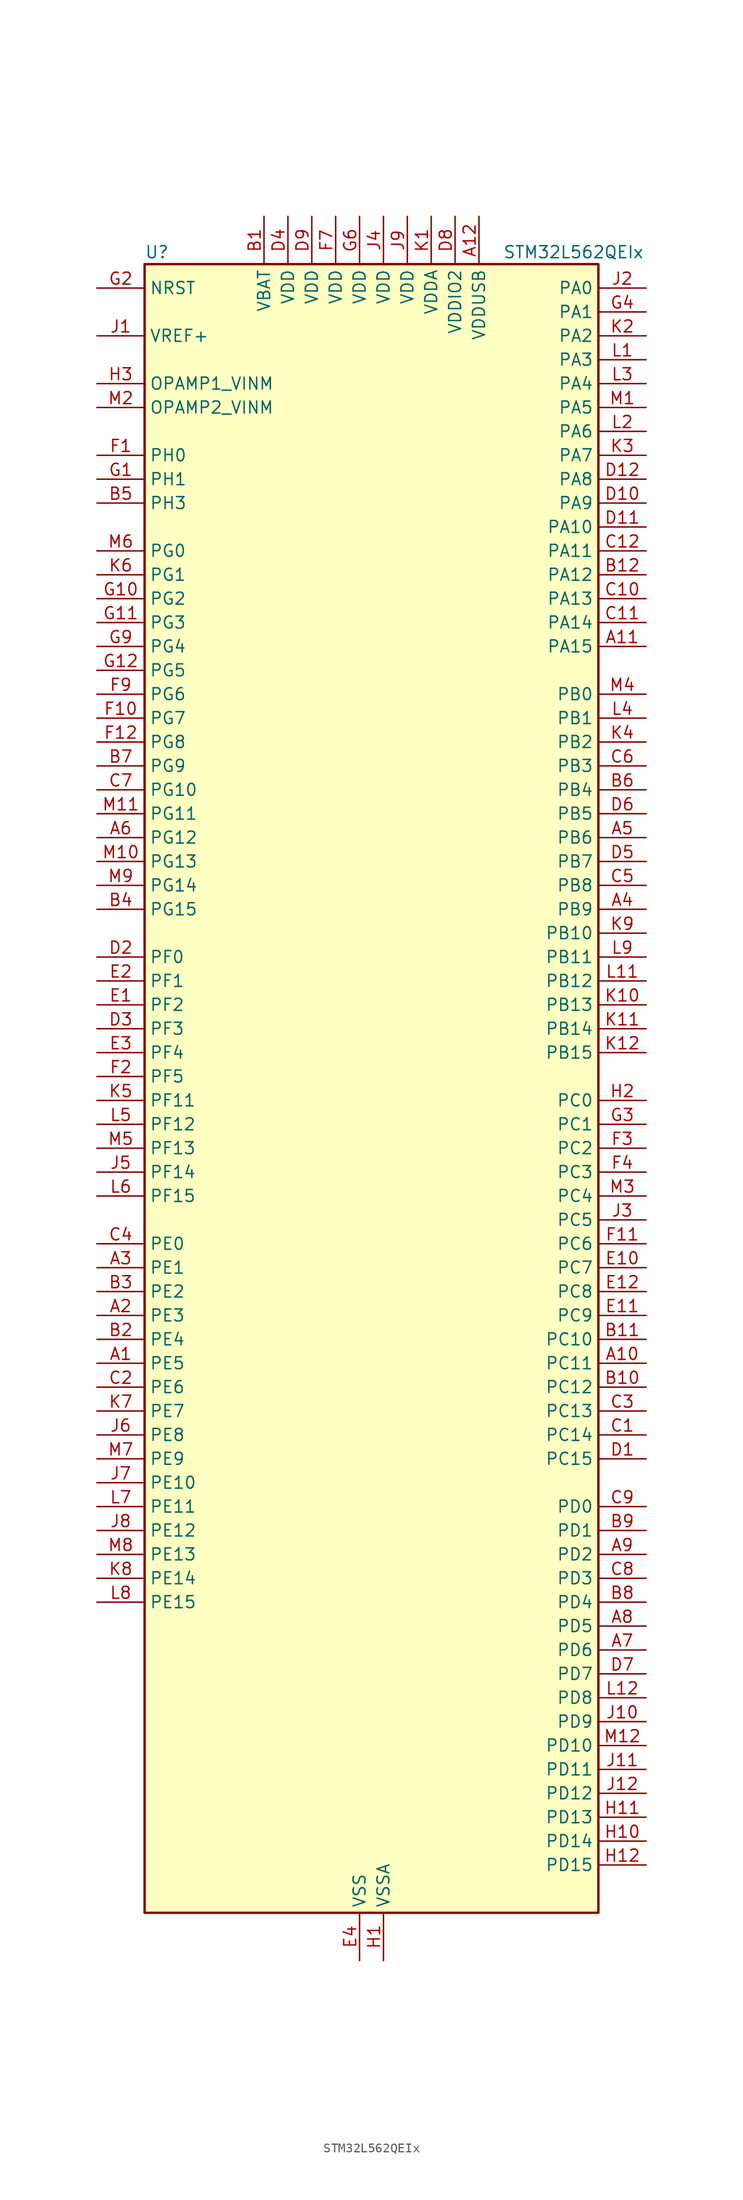
<source format=kicad_sym>
(kicad_symbol_lib
  (version 20220914)
  (generator kicad_symbol_editor)
  (symbol "STM32L562QEIx"
    (property "Reference" "U"
      (at -22.86 90.17 0)
      (effects (font (size 1.27 1.27)) (justify left)))
    (property "Value" "STM32L562QEIx"
      (at 15.24 90.17 0)
      (effects (font (size 1.27 1.27)) (justify left)))
    (property "ki_locked" ""
      (at 0 0 0)
      (effects (font (size 1.27 1.27))))
    (symbol "STM32L562QEIx_0_1"
      (rectangle (start -22.86 -86.36) (end 25.4 88.9) (stroke (width 0.254) (type default)) (fill (type background))))
    (symbol "STM32L562QEIx_1_1"
      (pin bidirectional line (at -27.94 -27.94 0) (length 5.08) (name "PE5" (effects (font (size 1.27 1.27)))) (number "A1" (effects (font (size 1.27 1.27)))) (alternate "DEBUG_TRACED2" bidirectional line) (alternate "DFSDM1_CKIN3" bidirectional line) (alternate "FMC_A21" bidirectional line) (alternate "SAI1_CK2" bidirectional line) (alternate "SAI1_SCK_A" bidirectional line) (alternate "TIM3_CH3" bidirectional line) (alternate "TSC_G7_IO4" bidirectional line))
      (pin bidirectional line (at 30.48 -27.94 180) (length 5.08) (name "PC11" (effects (font (size 1.27 1.27)))) (number "A10" (effects (font (size 1.27 1.27)))) (alternate "ADC1_EXTI11" bidirectional line) (alternate "ADC2_EXTI11" bidirectional line) (alternate "LPTIM3_IN1" bidirectional line) (alternate "OCTOSPI1_NCS" bidirectional line) (alternate "SAI2_MCLK_B" bidirectional line) (alternate "SDMMC1_D3" bidirectional line) (alternate "SPI3_MISO" bidirectional line) (alternate "TSC_G3_IO3" bidirectional line) (alternate "UART4_RX" bidirectional line) (alternate "UCPD1_FRSTX2" bidirectional line) (alternate "USART3_RX" bidirectional line))
      (pin bidirectional line (at 30.48 48.26 180) (length 5.08) (name "PA15" (effects (font (size 1.27 1.27)))) (number "A11" (effects (font (size 1.27 1.27)))) (alternate "ADC1_EXTI15" bidirectional line) (alternate "ADC2_EXTI15" bidirectional line) (alternate "DEBUG_JTDI" bidirectional line) (alternate "SAI2_FS_B" bidirectional line) (alternate "SPI1_NSS" bidirectional line) (alternate "SPI3_NSS" bidirectional line) (alternate "TIM2_CH1" bidirectional line) (alternate "TIM2_ETR" bidirectional line) (alternate "UART4_DE" bidirectional line) (alternate "UART4_RTS" bidirectional line) (alternate "UCPD1_CC1" bidirectional line) (alternate "USART2_RX" bidirectional line) (alternate "USART3_DE" bidirectional line) (alternate "USART3_RTS" bidirectional line))
      (pin power_in line (at 12.7 93.98 270) (length 5.08) (name "VDDUSB" (effects (font (size 1.27 1.27)))) (number "A12" (effects (font (size 1.27 1.27)))))
      (pin bidirectional line (at -27.94 -22.86 0) (length 5.08) (name "PE3" (effects (font (size 1.27 1.27)))) (number "A2" (effects (font (size 1.27 1.27)))) (alternate "DEBUG_TRACED0" bidirectional line) (alternate "FMC_A19" bidirectional line) (alternate "OCTOSPI1_DQS" bidirectional line) (alternate "SAI1_SD_B" bidirectional line) (alternate "TIM3_CH1" bidirectional line) (alternate "TSC_G7_IO2" bidirectional line))
      (pin bidirectional line (at -27.94 -17.78 0) (length 5.08) (name "PE1" (effects (font (size 1.27 1.27)))) (number "A3" (effects (font (size 1.27 1.27)))) (alternate "FMC_NBL1" bidirectional line) (alternate "TIM17_CH1" bidirectional line))
      (pin bidirectional line (at 30.48 20.32 180) (length 5.08) (name "PB9" (effects (font (size 1.27 1.27)))) (number "A4" (effects (font (size 1.27 1.27)))) (alternate "DAC1_EXTI9" bidirectional line) (alternate "FDCAN1_TX" bidirectional line) (alternate "I2C1_SDA" bidirectional line) (alternate "IR_OUT" bidirectional line) (alternate "SAI1_D2" bidirectional line) (alternate "SAI1_FS_A" bidirectional line) (alternate "SDMMC1_CDIR" bidirectional line) (alternate "SDMMC1_D5" bidirectional line) (alternate "SPI2_NSS" bidirectional line) (alternate "TIM17_CH1" bidirectional line) (alternate "TIM4_CH4" bidirectional line))
      (pin bidirectional line (at 30.48 27.94 180) (length 5.08) (name "PB6" (effects (font (size 1.27 1.27)))) (number "A5" (effects (font (size 1.27 1.27)))) (alternate "COMP2_INP" bidirectional line) (alternate "I2C1_SCL" bidirectional line) (alternate "I2C4_SCL" bidirectional line) (alternate "LPTIM1_ETR" bidirectional line) (alternate "SAI1_FS_B" bidirectional line) (alternate "TIM16_CH1N" bidirectional line) (alternate "TIM4_CH1" bidirectional line) (alternate "TIM8_BKIN2" bidirectional line) (alternate "TSC_G2_IO3" bidirectional line) (alternate "USART1_TX" bidirectional line))
      (pin bidirectional line (at -27.94 27.94 0) (length 5.08) (name "PG12" (effects (font (size 1.27 1.27)))) (number "A6" (effects (font (size 1.27 1.27)))) (alternate "FMC_NE4" bidirectional line) (alternate "LPTIM1_ETR" bidirectional line) (alternate "SAI2_SD_A" bidirectional line) (alternate "SPI3_NSS" bidirectional line) (alternate "USART1_DE" bidirectional line) (alternate "USART1_RTS" bidirectional line))
      (pin bidirectional line (at 30.48 -58.42 180) (length 5.08) (name "PD6" (effects (font (size 1.27 1.27)))) (number "A7" (effects (font (size 1.27 1.27)))) (alternate "DFSDM1_DATIN1" bidirectional line) (alternate "FMC_NWAIT" bidirectional line) (alternate "OCTOSPI1_IO6" bidirectional line) (alternate "SAI1_D1" bidirectional line) (alternate "SAI1_SD_A" bidirectional line) (alternate "SPI3_MOSI" bidirectional line) (alternate "USART2_RX" bidirectional line))
      (pin bidirectional line (at 30.48 -55.88 180) (length 5.08) (name "PD5" (effects (font (size 1.27 1.27)))) (number "A8" (effects (font (size 1.27 1.27)))) (alternate "FMC_NWE" bidirectional line) (alternate "OCTOSPI1_IO5" bidirectional line) (alternate "USART2_TX" bidirectional line))
      (pin bidirectional line (at 30.48 -48.26 180) (length 5.08) (name "PD2" (effects (font (size 1.27 1.27)))) (number "A9" (effects (font (size 1.27 1.27)))) (alternate "DEBUG_TRACED2" bidirectional line) (alternate "SDMMC1_CMD" bidirectional line) (alternate "TIM3_ETR" bidirectional line) (alternate "TSC_SYNC" bidirectional line) (alternate "UART5_RX" bidirectional line) (alternate "USART3_DE" bidirectional line) (alternate "USART3_RTS" bidirectional line))
      (pin power_in line (at -10.16 93.98 270) (length 5.08) (name "VBAT" (effects (font (size 1.27 1.27)))) (number "B1" (effects (font (size 1.27 1.27)))))
      (pin bidirectional line (at 30.48 -30.48 180) (length 5.08) (name "PC12" (effects (font (size 1.27 1.27)))) (number "B10" (effects (font (size 1.27 1.27)))) (alternate "DEBUG_TRACED3" bidirectional line) (alternate "SAI2_SD_B" bidirectional line) (alternate "SDMMC1_CK" bidirectional line) (alternate "SPI3_MOSI" bidirectional line) (alternate "TSC_G3_IO4" bidirectional line) (alternate "UART5_TX" bidirectional line) (alternate "USART3_CK" bidirectional line))
      (pin bidirectional line (at 30.48 -25.4 180) (length 5.08) (name "PC10" (effects (font (size 1.27 1.27)))) (number "B11" (effects (font (size 1.27 1.27)))) (alternate "DEBUG_TRACED1" bidirectional line) (alternate "LPTIM3_ETR" bidirectional line) (alternate "SAI2_SCK_B" bidirectional line) (alternate "SDMMC1_D2" bidirectional line) (alternate "SPI3_SCK" bidirectional line) (alternate "TSC_G3_IO2" bidirectional line) (alternate "UART4_TX" bidirectional line) (alternate "USART3_TX" bidirectional line))
      (pin bidirectional line (at 30.48 55.88 180) (length 5.08) (name "PA12" (effects (font (size 1.27 1.27)))) (number "B12" (effects (font (size 1.27 1.27)))) (alternate "FDCAN1_TX" bidirectional line) (alternate "SPI1_MOSI" bidirectional line) (alternate "TIM1_ETR" bidirectional line) (alternate "USART1_DE" bidirectional line) (alternate "USART1_RTS" bidirectional line) (alternate "USB_DP" bidirectional line))
      (pin bidirectional line (at -27.94 -25.4 0) (length 5.08) (name "PE4" (effects (font (size 1.27 1.27)))) (number "B2" (effects (font (size 1.27 1.27)))) (alternate "DEBUG_TRACED1" bidirectional line) (alternate "DFSDM1_DATIN3" bidirectional line) (alternate "FMC_A20" bidirectional line) (alternate "SAI1_D2" bidirectional line) (alternate "SAI1_FS_A" bidirectional line) (alternate "TIM3_CH2" bidirectional line) (alternate "TSC_G7_IO3" bidirectional line))
      (pin bidirectional line (at -27.94 -20.32 0) (length 5.08) (name "PE2" (effects (font (size 1.27 1.27)))) (number "B3" (effects (font (size 1.27 1.27)))) (alternate "DEBUG_TRACECLK" bidirectional line) (alternate "FMC_A23" bidirectional line) (alternate "SAI1_CK1" bidirectional line) (alternate "SAI1_MCLK_A" bidirectional line) (alternate "TIM3_ETR" bidirectional line) (alternate "TSC_G7_IO1" bidirectional line))
      (pin bidirectional line (at -27.94 20.32 0) (length 5.08) (name "PG15" (effects (font (size 1.27 1.27)))) (number "B4" (effects (font (size 1.27 1.27)))) (alternate "ADC1_EXTI15" bidirectional line) (alternate "ADC2_EXTI15" bidirectional line) (alternate "I2C1_SMBA" bidirectional line) (alternate "LPTIM1_OUT" bidirectional line))
      (pin bidirectional line (at -27.94 63.5 0) (length 5.08) (name "PH3" (effects (font (size 1.27 1.27)))) (number "B5" (effects (font (size 1.27 1.27)))))
      (pin bidirectional line (at 30.48 33.02 180) (length 5.08) (name "PB4" (effects (font (size 1.27 1.27)))) (number "B6" (effects (font (size 1.27 1.27)))) (alternate "COMP2_INP" bidirectional line) (alternate "DEBUG_JTRST" bidirectional line) (alternate "I2C3_SDA" bidirectional line) (alternate "SAI1_MCLK_B" bidirectional line) (alternate "SPI1_MISO" bidirectional line) (alternate "SPI3_MISO" bidirectional line) (alternate "TIM17_BKIN" bidirectional line) (alternate "TIM3_CH1" bidirectional line) (alternate "TSC_G2_IO1" bidirectional line) (alternate "UART5_DE" bidirectional line) (alternate "UART5_RTS" bidirectional line) (alternate "USART1_CTS" bidirectional line) (alternate "USART1_NSS" bidirectional line))
      (pin bidirectional line (at -27.94 35.56 0) (length 5.08) (name "PG9" (effects (font (size 1.27 1.27)))) (number "B7" (effects (font (size 1.27 1.27)))) (alternate "DAC1_EXTI9" bidirectional line) (alternate "FMC_NCE" bidirectional line) (alternate "FMC_NE2" bidirectional line) (alternate "SAI2_SCK_A" bidirectional line) (alternate "SPI3_SCK" bidirectional line) (alternate "TIM15_CH1N" bidirectional line) (alternate "USART1_TX" bidirectional line))
      (pin bidirectional line (at 30.48 -53.34 180) (length 5.08) (name "PD4" (effects (font (size 1.27 1.27)))) (number "B8" (effects (font (size 1.27 1.27)))) (alternate "DFSDM1_CKIN0" bidirectional line) (alternate "FMC_NOE" bidirectional line) (alternate "OCTOSPI1_IO4" bidirectional line) (alternate "SPI2_MOSI" bidirectional line) (alternate "USART2_DE" bidirectional line) (alternate "USART2_RTS" bidirectional line))
      (pin bidirectional line (at 30.48 -45.72 180) (length 5.08) (name "PD1" (effects (font (size 1.27 1.27)))) (number "B9" (effects (font (size 1.27 1.27)))) (alternate "FDCAN1_TX" bidirectional line) (alternate "FMC_D3" bidirectional line) (alternate "FMC_DA3" bidirectional line) (alternate "SPI2_SCK" bidirectional line))
      (pin bidirectional line (at 30.48 -35.56 180) (length 5.08) (name "PC14" (effects (font (size 1.27 1.27)))) (number "C1" (effects (font (size 1.27 1.27)))) (alternate "RCC_OSC32_IN" bidirectional line))
      (pin bidirectional line (at 30.48 53.34 180) (length 5.08) (name "PA13" (effects (font (size 1.27 1.27)))) (number "C10" (effects (font (size 1.27 1.27)))) (alternate "DEBUG_JTMS-SWDIO" bidirectional line) (alternate "IR_OUT" bidirectional line) (alternate "SAI1_SD_B" bidirectional line) (alternate "USB_NOE" bidirectional line))
      (pin bidirectional line (at 30.48 50.8 180) (length 5.08) (name "PA14" (effects (font (size 1.27 1.27)))) (number "C11" (effects (font (size 1.27 1.27)))) (alternate "DEBUG_JTCK-SWCLK" bidirectional line) (alternate "I2C1_SMBA" bidirectional line) (alternate "I2C4_SMBA" bidirectional line) (alternate "LPTIM1_OUT" bidirectional line) (alternate "SAI1_FS_B" bidirectional line))
      (pin bidirectional line (at 30.48 58.42 180) (length 5.08) (name "PA11" (effects (font (size 1.27 1.27)))) (number "C12" (effects (font (size 1.27 1.27)))) (alternate "ADC1_EXTI11" bidirectional line) (alternate "ADC2_EXTI11" bidirectional line) (alternate "FDCAN1_RX" bidirectional line) (alternate "SPI1_MISO" bidirectional line) (alternate "TIM1_BKIN2" bidirectional line) (alternate "TIM1_CH4" bidirectional line) (alternate "USART1_CTS" bidirectional line) (alternate "USART1_NSS" bidirectional line) (alternate "USB_DM" bidirectional line))
      (pin bidirectional line (at -27.94 -30.48 0) (length 5.08) (name "PE6" (effects (font (size 1.27 1.27)))) (number "C2" (effects (font (size 1.27 1.27)))) (alternate "DEBUG_TRACED3" bidirectional line) (alternate "FMC_A22" bidirectional line) (alternate "PWR_WKUP3" bidirectional line) (alternate "SAI1_D1" bidirectional line) (alternate "SAI1_SD_A" bidirectional line) (alternate "TAMP_IN3" bidirectional line) (alternate "TAMP_OUT6" bidirectional line) (alternate "TIM3_CH4" bidirectional line))
      (pin bidirectional line (at 30.48 -33.02 180) (length 5.08) (name "PC13" (effects (font (size 1.27 1.27)))) (number "C3" (effects (font (size 1.27 1.27)))) (alternate "PWR_WKUP2" bidirectional line) (alternate "RTC_OUT1" bidirectional line) (alternate "RTC_TS" bidirectional line) (alternate "TAMP_IN1" bidirectional line) (alternate "TAMP_OUT2" bidirectional line))
      (pin bidirectional line (at -27.94 -15.24 0) (length 5.08) (name "PE0" (effects (font (size 1.27 1.27)))) (number "C4" (effects (font (size 1.27 1.27)))) (alternate "FMC_NBL0" bidirectional line) (alternate "TIM16_CH1" bidirectional line) (alternate "TIM4_ETR" bidirectional line))
      (pin bidirectional line (at 30.48 22.86 180) (length 5.08) (name "PB8" (effects (font (size 1.27 1.27)))) (number "C5" (effects (font (size 1.27 1.27)))) (alternate "DFSDM1_CKOUT" bidirectional line) (alternate "FDCAN1_RX" bidirectional line) (alternate "I2C1_SCL" bidirectional line) (alternate "SAI1_CK1" bidirectional line) (alternate "SAI1_MCLK_A" bidirectional line) (alternate "SDMMC1_CKIN" bidirectional line) (alternate "SDMMC1_D4" bidirectional line) (alternate "TIM16_CH1" bidirectional line) (alternate "TIM4_CH3" bidirectional line))
      (pin bidirectional line (at 30.48 35.56 180) (length 5.08) (name "PB3" (effects (font (size 1.27 1.27)))) (number "C6" (effects (font (size 1.27 1.27)))) (alternate "COMP2_INM" bidirectional line) (alternate "CRS_SYNC" bidirectional line) (alternate "DEBUG_JTDO-SWO" bidirectional line) (alternate "SAI1_SCK_B" bidirectional line) (alternate "SPI1_SCK" bidirectional line) (alternate "SPI3_SCK" bidirectional line) (alternate "TIM2_CH2" bidirectional line) (alternate "USART1_DE" bidirectional line) (alternate "USART1_RTS" bidirectional line))
      (pin bidirectional line (at -27.94 33.02 0) (length 5.08) (name "PG10" (effects (font (size 1.27 1.27)))) (number "C7" (effects (font (size 1.27 1.27)))) (alternate "FMC_NE3" bidirectional line) (alternate "LPTIM1_IN1" bidirectional line) (alternate "SAI2_FS_A" bidirectional line) (alternate "SPI3_MISO" bidirectional line) (alternate "TIM15_CH1" bidirectional line) (alternate "USART1_RX" bidirectional line))
      (pin bidirectional line (at 30.48 -50.8 180) (length 5.08) (name "PD3" (effects (font (size 1.27 1.27)))) (number "C8" (effects (font (size 1.27 1.27)))) (alternate "DFSDM1_DATIN0" bidirectional line) (alternate "FMC_CLK" bidirectional line) (alternate "SPI2_MISO" bidirectional line) (alternate "SPI2_SCK" bidirectional line) (alternate "USART2_CTS" bidirectional line) (alternate "USART2_NSS" bidirectional line))
      (pin bidirectional line (at 30.48 -43.18 180) (length 5.08) (name "PD0" (effects (font (size 1.27 1.27)))) (number "C9" (effects (font (size 1.27 1.27)))) (alternate "FDCAN1_RX" bidirectional line) (alternate "FMC_D2" bidirectional line) (alternate "FMC_DA2" bidirectional line) (alternate "SPI2_NSS" bidirectional line))
      (pin bidirectional line (at 30.48 -38.1 180) (length 5.08) (name "PC15" (effects (font (size 1.27 1.27)))) (number "D1" (effects (font (size 1.27 1.27)))) (alternate "ADC1_EXTI15" bidirectional line) (alternate "ADC2_EXTI15" bidirectional line) (alternate "RCC_OSC32_OUT" bidirectional line))
      (pin bidirectional line (at 30.48 63.5 180) (length 5.08) (name "PA9" (effects (font (size 1.27 1.27)))) (number "D10" (effects (font (size 1.27 1.27)))) (alternate "DAC1_EXTI9" bidirectional line) (alternate "SAI1_FS_A" bidirectional line) (alternate "SPI2_SCK" bidirectional line) (alternate "TIM15_BKIN" bidirectional line) (alternate "TIM1_CH2" bidirectional line) (alternate "USART1_TX" bidirectional line))
      (pin bidirectional line (at 30.48 60.96 180) (length 5.08) (name "PA10" (effects (font (size 1.27 1.27)))) (number "D11" (effects (font (size 1.27 1.27)))) (alternate "CRS_SYNC" bidirectional line) (alternate "SAI1_D1" bidirectional line) (alternate "SAI1_SD_A" bidirectional line) (alternate "TIM17_BKIN" bidirectional line) (alternate "TIM1_CH3" bidirectional line) (alternate "USART1_RX" bidirectional line))
      (pin bidirectional line (at 30.48 66.04 180) (length 5.08) (name "PA8" (effects (font (size 1.27 1.27)))) (number "D12" (effects (font (size 1.27 1.27)))) (alternate "LPTIM2_OUT" bidirectional line) (alternate "RCC_MCO" bidirectional line) (alternate "SAI1_CK2" bidirectional line) (alternate "SAI1_SCK_A" bidirectional line) (alternate "TIM1_CH1" bidirectional line) (alternate "USART1_CK" bidirectional line))
      (pin bidirectional line (at -27.94 15.24 0) (length 5.08) (name "PF0" (effects (font (size 1.27 1.27)))) (number "D2" (effects (font (size 1.27 1.27)))) (alternate "FMC_A0" bidirectional line) (alternate "I2C2_SDA" bidirectional line))
      (pin bidirectional line (at -27.94 7.62 0) (length 5.08) (name "PF3" (effects (font (size 1.27 1.27)))) (number "D3" (effects (font (size 1.27 1.27)))) (alternate "FMC_A3" bidirectional line) (alternate "LPTIM3_IN1" bidirectional line))
      (pin power_in line (at -7.62 93.98 270) (length 5.08) (name "VDD" (effects (font (size 1.27 1.27)))) (number "D4" (effects (font (size 1.27 1.27)))))
      (pin bidirectional line (at 30.48 25.4 180) (length 5.08) (name "PB7" (effects (font (size 1.27 1.27)))) (number "D5" (effects (font (size 1.27 1.27)))) (alternate "COMP2_INM" bidirectional line) (alternate "FMC_NL" bidirectional line) (alternate "I2C1_SDA" bidirectional line) (alternate "I2C4_SDA" bidirectional line) (alternate "LPTIM1_IN2" bidirectional line) (alternate "PWR_PVD_IN" bidirectional line) (alternate "TIM17_CH1N" bidirectional line) (alternate "TIM4_CH2" bidirectional line) (alternate "TIM8_BKIN" bidirectional line) (alternate "TSC_G2_IO4" bidirectional line) (alternate "UART4_CTS" bidirectional line) (alternate "USART1_RX" bidirectional line))
      (pin bidirectional line (at 30.48 30.48 180) (length 5.08) (name "PB5" (effects (font (size 1.27 1.27)))) (number "D6" (effects (font (size 1.27 1.27)))) (alternate "COMP2_OUT" bidirectional line) (alternate "I2C1_SMBA" bidirectional line) (alternate "LPTIM1_IN1" bidirectional line) (alternate "OCTOSPI1_NCLK" bidirectional line) (alternate "SAI1_SD_B" bidirectional line) (alternate "SPI1_MOSI" bidirectional line) (alternate "SPI3_MOSI" bidirectional line) (alternate "TIM16_BKIN" bidirectional line) (alternate "TIM3_CH2" bidirectional line) (alternate "TSC_G2_IO2" bidirectional line) (alternate "UART5_CTS" bidirectional line) (alternate "UCPD1_DBCC1" bidirectional line) (alternate "USART1_CK" bidirectional line))
      (pin bidirectional line (at 30.48 -60.96 180) (length 5.08) (name "PD7" (effects (font (size 1.27 1.27)))) (number "D7" (effects (font (size 1.27 1.27)))) (alternate "DFSDM1_CKIN1" bidirectional line) (alternate "FMC_NCE" bidirectional line) (alternate "FMC_NE1" bidirectional line) (alternate "OCTOSPI1_IO7" bidirectional line) (alternate "USART2_CK" bidirectional line))
      (pin power_in line (at 10.16 93.98 270) (length 5.08) (name "VDDIO2" (effects (font (size 1.27 1.27)))) (number "D8" (effects (font (size 1.27 1.27)))))
      (pin power_in line (at -5.08 93.98 270) (length 5.08) (name "VDD" (effects (font (size 1.27 1.27)))) (number "D9" (effects (font (size 1.27 1.27)))))
      (pin bidirectional line (at -27.94 10.16 0) (length 5.08) (name "PF2" (effects (font (size 1.27 1.27)))) (number "E1" (effects (font (size 1.27 1.27)))) (alternate "FMC_A2" bidirectional line) (alternate "I2C2_SMBA" bidirectional line))
      (pin bidirectional line (at 30.48 -17.78 180) (length 5.08) (name "PC7" (effects (font (size 1.27 1.27)))) (number "E10" (effects (font (size 1.27 1.27)))) (alternate "DFSDM1_DATIN3" bidirectional line) (alternate "SAI2_MCLK_B" bidirectional line) (alternate "SDMMC1_D123DIR" bidirectional line) (alternate "SDMMC1_D7" bidirectional line) (alternate "TIM3_CH2" bidirectional line) (alternate "TIM8_CH2" bidirectional line) (alternate "TSC_G4_IO2" bidirectional line))
      (pin bidirectional line (at 30.48 -22.86 180) (length 5.08) (name "PC9" (effects (font (size 1.27 1.27)))) (number "E11" (effects (font (size 1.27 1.27)))) (alternate "DAC1_EXTI9" bidirectional line) (alternate "DEBUG_TRACED0" bidirectional line) (alternate "SAI2_EXTCLK" bidirectional line) (alternate "SDMMC1_D1" bidirectional line) (alternate "TIM3_CH4" bidirectional line) (alternate "TIM8_BKIN2" bidirectional line) (alternate "TIM8_CH4" bidirectional line) (alternate "TSC_G4_IO4" bidirectional line) (alternate "USB_NOE" bidirectional line))
      (pin bidirectional line (at 30.48 -20.32 180) (length 5.08) (name "PC8" (effects (font (size 1.27 1.27)))) (number "E12" (effects (font (size 1.27 1.27)))) (alternate "SDMMC1_D0" bidirectional line) (alternate "TIM3_CH3" bidirectional line) (alternate "TIM8_CH3" bidirectional line) (alternate "TSC_G4_IO3" bidirectional line))
      (pin bidirectional line (at -27.94 12.7 0) (length 5.08) (name "PF1" (effects (font (size 1.27 1.27)))) (number "E2" (effects (font (size 1.27 1.27)))) (alternate "FMC_A1" bidirectional line) (alternate "I2C2_SCL" bidirectional line))
      (pin bidirectional line (at -27.94 5.08 0) (length 5.08) (name "PF4" (effects (font (size 1.27 1.27)))) (number "E3" (effects (font (size 1.27 1.27)))) (alternate "FMC_A4" bidirectional line) (alternate "LPTIM3_ETR" bidirectional line))
      (pin power_in line (at 0 -91.44 90) (length 5.08) (name "VSS" (effects (font (size 1.27 1.27)))) (number "E4" (effects (font (size 1.27 1.27)))))
      (pin passive line (at 0 -91.44 90) (length 5.08) hide (name "VSS" (effects (font (size 1.27 1.27)))) (number "E9" (effects (font (size 1.27 1.27)))))
      (pin bidirectional line (at -27.94 68.58 0) (length 5.08) (name "PH0" (effects (font (size 1.27 1.27)))) (number "F1" (effects (font (size 1.27 1.27)))) (alternate "RCC_OSC_IN" bidirectional line))
      (pin bidirectional line (at -27.94 40.64 0) (length 5.08) (name "PG7" (effects (font (size 1.27 1.27)))) (number "F10" (effects (font (size 1.27 1.27)))) (alternate "DFSDM1_CKOUT" bidirectional line) (alternate "FMC_INT" bidirectional line) (alternate "I2C3_SCL" bidirectional line) (alternate "LPUART1_TX" bidirectional line) (alternate "SAI1_CK1" bidirectional line) (alternate "SAI1_MCLK_A" bidirectional line) (alternate "UCPD1_FRSTX2" bidirectional line))
      (pin bidirectional line (at 30.48 -15.24 180) (length 5.08) (name "PC6" (effects (font (size 1.27 1.27)))) (number "F11" (effects (font (size 1.27 1.27)))) (alternate "DFSDM1_CKIN3" bidirectional line) (alternate "SAI2_MCLK_A" bidirectional line) (alternate "SDMMC1_D0DIR" bidirectional line) (alternate "SDMMC1_D6" bidirectional line) (alternate "TIM3_CH1" bidirectional line) (alternate "TIM8_CH1" bidirectional line) (alternate "TSC_G4_IO1" bidirectional line))
      (pin bidirectional line (at -27.94 38.1 0) (length 5.08) (name "PG8" (effects (font (size 1.27 1.27)))) (number "F12" (effects (font (size 1.27 1.27)))) (alternate "I2C3_SDA" bidirectional line) (alternate "LPUART1_RX" bidirectional line))
      (pin bidirectional line (at -27.94 2.54 0) (length 5.08) (name "PF5" (effects (font (size 1.27 1.27)))) (number "F2" (effects (font (size 1.27 1.27)))) (alternate "FMC_A5" bidirectional line) (alternate "LPTIM3_OUT" bidirectional line))
      (pin bidirectional line (at 30.48 -5.08 180) (length 5.08) (name "PC2" (effects (font (size 1.27 1.27)))) (number "F3" (effects (font (size 1.27 1.27)))) (alternate "ADC1_IN3" bidirectional line) (alternate "ADC2_IN3" bidirectional line) (alternate "DFSDM1_CKOUT" bidirectional line) (alternate "LPTIM1_IN2" bidirectional line) (alternate "OCTOSPI1_IO5" bidirectional line) (alternate "SPI2_MISO" bidirectional line))
      (pin bidirectional line (at 30.48 -7.62 180) (length 5.08) (name "PC3" (effects (font (size 1.27 1.27)))) (number "F4" (effects (font (size 1.27 1.27)))) (alternate "ADC1_IN4" bidirectional line) (alternate "ADC2_IN4" bidirectional line) (alternate "LPTIM1_ETR" bidirectional line) (alternate "LPTIM2_ETR" bidirectional line) (alternate "LPTIM3_OUT" bidirectional line) (alternate "OCTOSPI1_IO6" bidirectional line) (alternate "SAI1_D1" bidirectional line) (alternate "SAI1_SD_A" bidirectional line) (alternate "SPI2_MOSI" bidirectional line))
      (pin passive line (at 0 -91.44 90) (length 5.08) hide (name "VSS" (effects (font (size 1.27 1.27)))) (number "F6" (effects (font (size 1.27 1.27)))))
      (pin power_in line (at -2.54 93.98 270) (length 5.08) (name "VDD" (effects (font (size 1.27 1.27)))) (number "F7" (effects (font (size 1.27 1.27)))))
      (pin bidirectional line (at -27.94 43.18 0) (length 5.08) (name "PG6" (effects (font (size 1.27 1.27)))) (number "F9" (effects (font (size 1.27 1.27)))) (alternate "I2C3_SMBA" bidirectional line) (alternate "LPUART1_DE" bidirectional line) (alternate "LPUART1_RTS" bidirectional line) (alternate "OCTOSPI1_DQS" bidirectional line) (alternate "UCPD1_FRSTX1" bidirectional line))
      (pin bidirectional line (at -27.94 66.04 0) (length 5.08) (name "PH1" (effects (font (size 1.27 1.27)))) (number "G1" (effects (font (size 1.27 1.27)))) (alternate "RCC_OSC_OUT" bidirectional line))
      (pin bidirectional line (at -27.94 53.34 0) (length 5.08) (name "PG2" (effects (font (size 1.27 1.27)))) (number "G10" (effects (font (size 1.27 1.27)))) (alternate "FMC_A12" bidirectional line) (alternate "SAI2_SCK_B" bidirectional line) (alternate "SPI1_SCK" bidirectional line))
      (pin bidirectional line (at -27.94 50.8 0) (length 5.08) (name "PG3" (effects (font (size 1.27 1.27)))) (number "G11" (effects (font (size 1.27 1.27)))) (alternate "FMC_A13" bidirectional line) (alternate "SAI2_FS_B" bidirectional line) (alternate "SPI1_MISO" bidirectional line))
      (pin bidirectional line (at -27.94 45.72 0) (length 5.08) (name "PG5" (effects (font (size 1.27 1.27)))) (number "G12" (effects (font (size 1.27 1.27)))) (alternate "FMC_A15" bidirectional line) (alternate "LPUART1_CTS" bidirectional line) (alternate "SAI2_SD_B" bidirectional line) (alternate "SPI1_NSS" bidirectional line))
      (pin input line (at -27.94 86.36 0) (length 5.08) (name "NRST" (effects (font (size 1.27 1.27)))) (number "G2" (effects (font (size 1.27 1.27)))))
      (pin bidirectional line (at 30.48 -2.54 180) (length 5.08) (name "PC1" (effects (font (size 1.27 1.27)))) (number "G3" (effects (font (size 1.27 1.27)))) (alternate "ADC1_IN2" bidirectional line) (alternate "ADC2_IN2" bidirectional line) (alternate "DEBUG_TRACED0" bidirectional line) (alternate "I2C3_SDA" bidirectional line) (alternate "LPTIM1_OUT" bidirectional line) (alternate "LPUART1_TX" bidirectional line) (alternate "OCTOSPI1_IO4" bidirectional line) (alternate "SAI1_SD_A" bidirectional line) (alternate "SPI2_MOSI" bidirectional line))
      (pin bidirectional line (at 30.48 83.82 180) (length 5.08) (name "PA1" (effects (font (size 1.27 1.27)))) (number "G4" (effects (font (size 1.27 1.27)))) (alternate "ADC1_IN6" bidirectional line) (alternate "ADC2_IN6" bidirectional line) (alternate "I2C1_SMBA" bidirectional line) (alternate "OCTOSPI1_DQS" bidirectional line) (alternate "OPAMP1_VINM" bidirectional line) (alternate "SPI1_SCK" bidirectional line) (alternate "TAMP_IN5" bidirectional line) (alternate "TAMP_OUT4" bidirectional line) (alternate "TIM15_CH1N" bidirectional line) (alternate "TIM2_CH2" bidirectional line) (alternate "TIM5_CH2" bidirectional line) (alternate "UART4_RX" bidirectional line) (alternate "USART2_DE" bidirectional line) (alternate "USART2_RTS" bidirectional line))
      (pin power_in line (at 0 93.98 270) (length 5.08) (name "VDD" (effects (font (size 1.27 1.27)))) (number "G6" (effects (font (size 1.27 1.27)))))
      (pin passive line (at 0 -91.44 90) (length 5.08) hide (name "VSS" (effects (font (size 1.27 1.27)))) (number "G7" (effects (font (size 1.27 1.27)))))
      (pin bidirectional line (at -27.94 48.26 0) (length 5.08) (name "PG4" (effects (font (size 1.27 1.27)))) (number "G9" (effects (font (size 1.27 1.27)))) (alternate "FMC_A14" bidirectional line) (alternate "SAI2_MCLK_B" bidirectional line) (alternate "SPI1_MOSI" bidirectional line))
      (pin power_in line (at 2.54 -91.44 90) (length 5.08) (name "VSSA" (effects (font (size 1.27 1.27)))) (number "H1" (effects (font (size 1.27 1.27)))))
      (pin bidirectional line (at 30.48 -78.74 180) (length 5.08) (name "PD14" (effects (font (size 1.27 1.27)))) (number "H10" (effects (font (size 1.27 1.27)))) (alternate "FMC_D0" bidirectional line) (alternate "FMC_DA0" bidirectional line) (alternate "TIM4_CH3" bidirectional line))
      (pin bidirectional line (at 30.48 -76.2 180) (length 5.08) (name "PD13" (effects (font (size 1.27 1.27)))) (number "H11" (effects (font (size 1.27 1.27)))) (alternate "FMC_A18" bidirectional line) (alternate "I2C4_SDA" bidirectional line) (alternate "LPTIM2_OUT" bidirectional line) (alternate "TIM4_CH2" bidirectional line) (alternate "TSC_G6_IO4" bidirectional line))
      (pin bidirectional line (at 30.48 -81.28 180) (length 5.08) (name "PD15" (effects (font (size 1.27 1.27)))) (number "H12" (effects (font (size 1.27 1.27)))) (alternate "ADC1_EXTI15" bidirectional line) (alternate "ADC2_EXTI15" bidirectional line) (alternate "FMC_D1" bidirectional line) (alternate "FMC_DA1" bidirectional line) (alternate "TIM4_CH4" bidirectional line))
      (pin bidirectional line (at 30.48 0 180) (length 5.08) (name "PC0" (effects (font (size 1.27 1.27)))) (number "H2" (effects (font (size 1.27 1.27)))) (alternate "ADC1_IN1" bidirectional line) (alternate "ADC2_IN1" bidirectional line) (alternate "I2C3_SCL" bidirectional line) (alternate "LPTIM1_IN1" bidirectional line) (alternate "LPTIM2_IN1" bidirectional line) (alternate "LPUART1_RX" bidirectional line) (alternate "OCTOSPI1_IO7" bidirectional line) (alternate "SAI2_FS_A" bidirectional line) (alternate "SDMMC1_D5" bidirectional line))
      (pin bidirectional line (at -27.94 76.2 0) (length 5.08) (name "OPAMP1_VINM" (effects (font (size 1.27 1.27)))) (number "H3" (effects (font (size 1.27 1.27)))) (alternate "OPAMP1_VINM" bidirectional line))
      (pin passive line (at 0 -91.44 90) (length 5.08) hide (name "VSS" (effects (font (size 1.27 1.27)))) (number "H4" (effects (font (size 1.27 1.27)))))
      (pin passive line (at 0 -91.44 90) (length 5.08) hide (name "VSS" (effects (font (size 1.27 1.27)))) (number "H9" (effects (font (size 1.27 1.27)))))
      (pin input line (at -27.94 81.28 0) (length 5.08) (name "VREF+" (effects (font (size 1.27 1.27)))) (number "J1" (effects (font (size 1.27 1.27)))))
      (pin bidirectional line (at 30.48 -66.04 180) (length 5.08) (name "PD9" (effects (font (size 1.27 1.27)))) (number "J10" (effects (font (size 1.27 1.27)))) (alternate "DAC1_EXTI9" bidirectional line) (alternate "FMC_D14" bidirectional line) (alternate "FMC_DA14" bidirectional line) (alternate "SAI2_MCLK_A" bidirectional line) (alternate "USART3_RX" bidirectional line))
      (pin bidirectional line (at 30.48 -71.12 180) (length 5.08) (name "PD11" (effects (font (size 1.27 1.27)))) (number "J11" (effects (font (size 1.27 1.27)))) (alternate "ADC1_EXTI11" bidirectional line) (alternate "ADC2_EXTI11" bidirectional line) (alternate "FMC_A16" bidirectional line) (alternate "FMC_CLE" bidirectional line) (alternate "I2C4_SMBA" bidirectional line) (alternate "LPTIM2_ETR" bidirectional line) (alternate "SAI2_SD_A" bidirectional line) (alternate "TSC_G6_IO2" bidirectional line) (alternate "USART3_CTS" bidirectional line) (alternate "USART3_NSS" bidirectional line))
      (pin bidirectional line (at 30.48 -73.66 180) (length 5.08) (name "PD12" (effects (font (size 1.27 1.27)))) (number "J12" (effects (font (size 1.27 1.27)))) (alternate "FMC_A17" bidirectional line) (alternate "FMC_ALE" bidirectional line) (alternate "I2C4_SCL" bidirectional line) (alternate "LPTIM2_IN1" bidirectional line) (alternate "SAI2_FS_A" bidirectional line) (alternate "TIM4_CH1" bidirectional line) (alternate "TSC_G6_IO3" bidirectional line) (alternate "USART3_DE" bidirectional line) (alternate "USART3_RTS" bidirectional line))
      (pin bidirectional line (at 30.48 86.36 180) (length 5.08) (name "PA0" (effects (font (size 1.27 1.27)))) (number "J2" (effects (font (size 1.27 1.27)))) (alternate "ADC1_IN5" bidirectional line) (alternate "ADC2_IN5" bidirectional line) (alternate "OPAMP1_VINP" bidirectional line) (alternate "PWR_WKUP1" bidirectional line) (alternate "SAI1_EXTCLK" bidirectional line) (alternate "TAMP_IN2" bidirectional line) (alternate "TAMP_OUT1" bidirectional line) (alternate "TIM2_CH1" bidirectional line) (alternate "TIM2_ETR" bidirectional line) (alternate "TIM5_CH1" bidirectional line) (alternate "TIM8_ETR" bidirectional line) (alternate "UART4_TX" bidirectional line) (alternate "USART2_CTS" bidirectional line) (alternate "USART2_NSS" bidirectional line))
      (pin bidirectional line (at 30.48 -12.7 180) (length 5.08) (name "PC5" (effects (font (size 1.27 1.27)))) (number "J3" (effects (font (size 1.27 1.27)))) (alternate "ADC1_IN14" bidirectional line) (alternate "ADC2_IN14" bidirectional line) (alternate "COMP1_INP" bidirectional line) (alternate "PWR_WKUP5" bidirectional line) (alternate "SAI1_D3" bidirectional line) (alternate "TAMP_IN4" bidirectional line) (alternate "TAMP_OUT5" bidirectional line) (alternate "USART3_RX" bidirectional line))
      (pin power_in line (at 2.54 93.98 270) (length 5.08) (name "VDD" (effects (font (size 1.27 1.27)))) (number "J4" (effects (font (size 1.27 1.27)))))
      (pin bidirectional line (at -27.94 -7.62 0) (length 5.08) (name "PF14" (effects (font (size 1.27 1.27)))) (number "J5" (effects (font (size 1.27 1.27)))) (alternate "FMC_A8" bidirectional line) (alternate "I2C4_SCL" bidirectional line) (alternate "TSC_G8_IO1" bidirectional line))
      (pin bidirectional line (at -27.94 -35.56 0) (length 5.08) (name "PE8" (effects (font (size 1.27 1.27)))) (number "J6" (effects (font (size 1.27 1.27)))) (alternate "DFSDM1_CKIN2" bidirectional line) (alternate "FMC_D5" bidirectional line) (alternate "FMC_DA5" bidirectional line) (alternate "SAI1_SCK_B" bidirectional line) (alternate "TIM1_CH1N" bidirectional line))
      (pin bidirectional line (at -27.94 -40.64 0) (length 5.08) (name "PE10" (effects (font (size 1.27 1.27)))) (number "J7" (effects (font (size 1.27 1.27)))) (alternate "FMC_D7" bidirectional line) (alternate "FMC_DA7" bidirectional line) (alternate "OCTOSPI1_CLK" bidirectional line) (alternate "SAI1_MCLK_B" bidirectional line) (alternate "TIM1_CH2N" bidirectional line) (alternate "TSC_G5_IO1" bidirectional line))
      (pin bidirectional line (at -27.94 -45.72 0) (length 5.08) (name "PE12" (effects (font (size 1.27 1.27)))) (number "J8" (effects (font (size 1.27 1.27)))) (alternate "FMC_D9" bidirectional line) (alternate "FMC_DA9" bidirectional line) (alternate "OCTOSPI1_IO0" bidirectional line) (alternate "SPI1_NSS" bidirectional line) (alternate "TIM1_CH3N" bidirectional line) (alternate "TSC_G5_IO3" bidirectional line))
      (pin power_in line (at 5.08 93.98 270) (length 5.08) (name "VDD" (effects (font (size 1.27 1.27)))) (number "J9" (effects (font (size 1.27 1.27)))))
      (pin power_in line (at 7.62 93.98 270) (length 5.08) (name "VDDA" (effects (font (size 1.27 1.27)))) (number "K1" (effects (font (size 1.27 1.27)))))
      (pin bidirectional line (at 30.48 10.16 180) (length 5.08) (name "PB13" (effects (font (size 1.27 1.27)))) (number "K10" (effects (font (size 1.27 1.27)))) (alternate "DFSDM1_CKIN1" bidirectional line) (alternate "I2C2_SCL" bidirectional line) (alternate "LPTIM3_IN1" bidirectional line) (alternate "LPUART1_CTS" bidirectional line) (alternate "SAI2_SCK_A" bidirectional line) (alternate "SPI2_SCK" bidirectional line) (alternate "TIM15_CH1N" bidirectional line) (alternate "TIM1_CH1N" bidirectional line) (alternate "TSC_G1_IO2" bidirectional line) (alternate "UCPD1_FRSTX2" bidirectional line) (alternate "USART3_CTS" bidirectional line) (alternate "USART3_NSS" bidirectional line))
      (pin bidirectional line (at 30.48 7.62 180) (length 5.08) (name "PB14" (effects (font (size 1.27 1.27)))) (number "K11" (effects (font (size 1.27 1.27)))) (alternate "DFSDM1_DATIN2" bidirectional line) (alternate "I2C2_SDA" bidirectional line) (alternate "LPTIM3_ETR" bidirectional line) (alternate "SAI2_MCLK_A" bidirectional line) (alternate "SPI2_MISO" bidirectional line) (alternate "TIM15_CH1" bidirectional line) (alternate "TIM1_CH2N" bidirectional line) (alternate "TIM8_CH2N" bidirectional line) (alternate "TSC_G1_IO3" bidirectional line) (alternate "UCPD1_DBCC2" bidirectional line) (alternate "USART3_DE" bidirectional line) (alternate "USART3_RTS" bidirectional line))
      (pin bidirectional line (at 30.48 5.08 180) (length 5.08) (name "PB15" (effects (font (size 1.27 1.27)))) (number "K12" (effects (font (size 1.27 1.27)))) (alternate "ADC1_EXTI15" bidirectional line) (alternate "ADC2_EXTI15" bidirectional line) (alternate "DFSDM1_CKIN2" bidirectional line) (alternate "RTC_REFIN" bidirectional line) (alternate "SAI2_SD_A" bidirectional line) (alternate "SPI2_MOSI" bidirectional line) (alternate "TIM15_CH2" bidirectional line) (alternate "TIM1_CH3N" bidirectional line) (alternate "TIM8_CH3N" bidirectional line) (alternate "UCPD1_CC2" bidirectional line))
      (pin bidirectional line (at 30.48 81.28 180) (length 5.08) (name "PA2" (effects (font (size 1.27 1.27)))) (number "K2" (effects (font (size 1.27 1.27)))) (alternate "ADC1_IN7" bidirectional line) (alternate "ADC2_IN7" bidirectional line) (alternate "COMP1_INP" bidirectional line) (alternate "LPUART1_TX" bidirectional line) (alternate "OCTOSPI1_NCS" bidirectional line) (alternate "PWR_WKUP4" bidirectional line) (alternate "RCC_LSCO" bidirectional line) (alternate "SAI2_EXTCLK" bidirectional line) (alternate "TIM15_CH1" bidirectional line) (alternate "TIM2_CH3" bidirectional line) (alternate "TIM5_CH3" bidirectional line) (alternate "UCPD1_FRSTX1" bidirectional line) (alternate "USART2_TX" bidirectional line))
      (pin bidirectional line (at 30.48 68.58 180) (length 5.08) (name "PA7" (effects (font (size 1.27 1.27)))) (number "K3" (effects (font (size 1.27 1.27)))) (alternate "ADC1_IN12" bidirectional line) (alternate "ADC2_IN12" bidirectional line) (alternate "I2C3_SCL" bidirectional line) (alternate "OCTOSPI1_IO2" bidirectional line) (alternate "OPAMP2_VINM" bidirectional line) (alternate "SPI1_MOSI" bidirectional line) (alternate "TIM17_CH1" bidirectional line) (alternate "TIM1_CH1N" bidirectional line) (alternate "TIM3_CH2" bidirectional line) (alternate "TIM8_CH1N" bidirectional line))
      (pin bidirectional line (at 30.48 38.1 180) (length 5.08) (name "PB2" (effects (font (size 1.27 1.27)))) (number "K4" (effects (font (size 1.27 1.27)))) (alternate "COMP1_INP" bidirectional line) (alternate "DFSDM1_CKIN0" bidirectional line) (alternate "I2C3_SMBA" bidirectional line) (alternate "LPTIM1_OUT" bidirectional line) (alternate "OCTOSPI1_DQS" bidirectional line) (alternate "RTC_OUT2" bidirectional line) (alternate "UCPD1_FRSTX1" bidirectional line))
      (pin bidirectional line (at -27.94 0 0) (length 5.08) (name "PF11" (effects (font (size 1.27 1.27)))) (number "K5" (effects (font (size 1.27 1.27)))) (alternate "ADC1_EXTI11" bidirectional line) (alternate "ADC2_EXTI11" bidirectional line) (alternate "OCTOSPI1_NCLK" bidirectional line))
      (pin bidirectional line (at -27.94 55.88 0) (length 5.08) (name "PG1" (effects (font (size 1.27 1.27)))) (number "K6" (effects (font (size 1.27 1.27)))) (alternate "FMC_A11" bidirectional line) (alternate "TSC_G8_IO4" bidirectional line))
      (pin bidirectional line (at -27.94 -33.02 0) (length 5.08) (name "PE7" (effects (font (size 1.27 1.27)))) (number "K7" (effects (font (size 1.27 1.27)))) (alternate "DFSDM1_DATIN2" bidirectional line) (alternate "FMC_D4" bidirectional line) (alternate "FMC_DA4" bidirectional line) (alternate "SAI1_SD_B" bidirectional line) (alternate "TIM1_ETR" bidirectional line))
      (pin bidirectional line (at -27.94 -50.8 0) (length 5.08) (name "PE14" (effects (font (size 1.27 1.27)))) (number "K8" (effects (font (size 1.27 1.27)))) (alternate "FMC_D11" bidirectional line) (alternate "FMC_DA11" bidirectional line) (alternate "OCTOSPI1_IO2" bidirectional line) (alternate "SPI1_MISO" bidirectional line) (alternate "TIM1_BKIN2" bidirectional line) (alternate "TIM1_CH4" bidirectional line))
      (pin bidirectional line (at 30.48 17.78 180) (length 5.08) (name "PB10" (effects (font (size 1.27 1.27)))) (number "K9" (effects (font (size 1.27 1.27)))) (alternate "COMP1_OUT" bidirectional line) (alternate "I2C2_SCL" bidirectional line) (alternate "I2C4_SCL" bidirectional line) (alternate "LPTIM3_OUT" bidirectional line) (alternate "LPUART1_RX" bidirectional line) (alternate "OCTOSPI1_CLK" bidirectional line) (alternate "SAI1_SCK_A" bidirectional line) (alternate "SPI2_SCK" bidirectional line) (alternate "TIM2_CH3" bidirectional line) (alternate "TSC_SYNC" bidirectional line) (alternate "USART3_TX" bidirectional line))
      (pin bidirectional line (at 30.48 78.74 180) (length 5.08) (name "PA3" (effects (font (size 1.27 1.27)))) (number "L1" (effects (font (size 1.27 1.27)))) (alternate "ADC1_IN8" bidirectional line) (alternate "ADC2_IN8" bidirectional line) (alternate "LPUART1_RX" bidirectional line) (alternate "OCTOSPI1_CLK" bidirectional line) (alternate "OPAMP1_VOUT" bidirectional line) (alternate "SAI1_CK1" bidirectional line) (alternate "SAI1_MCLK_A" bidirectional line) (alternate "TIM15_CH2" bidirectional line) (alternate "TIM2_CH4" bidirectional line) (alternate "TIM5_CH4" bidirectional line) (alternate "USART2_RX" bidirectional line))
      (pin passive line (at 0 -91.44 90) (length 5.08) hide (name "VSS" (effects (font (size 1.27 1.27)))) (number "L10" (effects (font (size 1.27 1.27)))))
      (pin bidirectional line (at 30.48 12.7 180) (length 5.08) (name "PB12" (effects (font (size 1.27 1.27)))) (number "L11" (effects (font (size 1.27 1.27)))) (alternate "DFSDM1_DATIN1" bidirectional line) (alternate "I2C2_SMBA" bidirectional line) (alternate "LPUART1_DE" bidirectional line) (alternate "LPUART1_RTS" bidirectional line) (alternate "OCTOSPI1_NCLK" bidirectional line) (alternate "SAI2_FS_A" bidirectional line) (alternate "SPI2_NSS" bidirectional line) (alternate "TIM15_BKIN" bidirectional line) (alternate "TIM1_BKIN" bidirectional line) (alternate "TSC_G1_IO1" bidirectional line) (alternate "USART3_CK" bidirectional line))
      (pin bidirectional line (at 30.48 -63.5 180) (length 5.08) (name "PD8" (effects (font (size 1.27 1.27)))) (number "L12" (effects (font (size 1.27 1.27)))) (alternate "FMC_D13" bidirectional line) (alternate "FMC_DA13" bidirectional line) (alternate "USART3_TX" bidirectional line))
      (pin bidirectional line (at 30.48 71.12 180) (length 5.08) (name "PA6" (effects (font (size 1.27 1.27)))) (number "L2" (effects (font (size 1.27 1.27)))) (alternate "ADC1_IN11" bidirectional line) (alternate "ADC2_IN11" bidirectional line) (alternate "LPUART1_CTS" bidirectional line) (alternate "OCTOSPI1_IO3" bidirectional line) (alternate "OPAMP2_VINP" bidirectional line) (alternate "SPI1_MISO" bidirectional line) (alternate "TIM16_CH1" bidirectional line) (alternate "TIM1_BKIN" bidirectional line) (alternate "TIM3_CH1" bidirectional line) (alternate "TIM8_BKIN" bidirectional line) (alternate "USART3_CTS" bidirectional line) (alternate "USART3_NSS" bidirectional line))
      (pin bidirectional line (at 30.48 76.2 180) (length 5.08) (name "PA4" (effects (font (size 1.27 1.27)))) (number "L3" (effects (font (size 1.27 1.27)))) (alternate "ADC1_IN9" bidirectional line) (alternate "ADC2_IN9" bidirectional line) (alternate "DAC1_OUT1" bidirectional line) (alternate "LPTIM2_OUT" bidirectional line) (alternate "OCTOSPI1_NCS" bidirectional line) (alternate "SAI1_FS_B" bidirectional line) (alternate "SPI1_NSS" bidirectional line) (alternate "SPI3_NSS" bidirectional line) (alternate "USART2_CK" bidirectional line))
      (pin bidirectional line (at 30.48 40.64 180) (length 5.08) (name "PB1" (effects (font (size 1.27 1.27)))) (number "L4" (effects (font (size 1.27 1.27)))) (alternate "ADC1_IN16" bidirectional line) (alternate "ADC2_IN16" bidirectional line) (alternate "COMP1_INM" bidirectional line) (alternate "DFSDM1_DATIN0" bidirectional line) (alternate "LPTIM2_IN1" bidirectional line) (alternate "LPUART1_DE" bidirectional line) (alternate "LPUART1_RTS" bidirectional line) (alternate "OCTOSPI1_IO0" bidirectional line) (alternate "TIM1_CH3N" bidirectional line) (alternate "TIM3_CH4" bidirectional line) (alternate "TIM8_CH3N" bidirectional line) (alternate "USART3_DE" bidirectional line) (alternate "USART3_RTS" bidirectional line))
      (pin bidirectional line (at -27.94 -2.54 0) (length 5.08) (name "PF12" (effects (font (size 1.27 1.27)))) (number "L5" (effects (font (size 1.27 1.27)))) (alternate "FMC_A6" bidirectional line))
      (pin bidirectional line (at -27.94 -10.16 0) (length 5.08) (name "PF15" (effects (font (size 1.27 1.27)))) (number "L6" (effects (font (size 1.27 1.27)))) (alternate "ADC1_EXTI15" bidirectional line) (alternate "ADC2_EXTI15" bidirectional line) (alternate "FMC_A9" bidirectional line) (alternate "I2C4_SDA" bidirectional line) (alternate "TSC_G8_IO2" bidirectional line))
      (pin bidirectional line (at -27.94 -43.18 0) (length 5.08) (name "PE11" (effects (font (size 1.27 1.27)))) (number "L7" (effects (font (size 1.27 1.27)))) (alternate "ADC1_EXTI11" bidirectional line) (alternate "ADC2_EXTI11" bidirectional line) (alternate "FMC_D8" bidirectional line) (alternate "FMC_DA8" bidirectional line) (alternate "OCTOSPI1_NCS" bidirectional line) (alternate "TIM1_CH2" bidirectional line) (alternate "TSC_G5_IO2" bidirectional line))
      (pin bidirectional line (at -27.94 -53.34 0) (length 5.08) (name "PE15" (effects (font (size 1.27 1.27)))) (number "L8" (effects (font (size 1.27 1.27)))) (alternate "ADC1_EXTI15" bidirectional line) (alternate "ADC2_EXTI15" bidirectional line) (alternate "FMC_D12" bidirectional line) (alternate "FMC_DA12" bidirectional line) (alternate "OCTOSPI1_IO3" bidirectional line) (alternate "SPI1_MOSI" bidirectional line) (alternate "TIM1_BKIN" bidirectional line))
      (pin bidirectional line (at 30.48 15.24 180) (length 5.08) (name "PB11" (effects (font (size 1.27 1.27)))) (number "L9" (effects (font (size 1.27 1.27)))) (alternate "ADC1_EXTI11" bidirectional line) (alternate "ADC2_EXTI11" bidirectional line) (alternate "COMP2_OUT" bidirectional line) (alternate "I2C2_SDA" bidirectional line) (alternate "I2C4_SDA" bidirectional line) (alternate "LPUART1_TX" bidirectional line) (alternate "OCTOSPI1_NCS" bidirectional line) (alternate "TIM2_CH4" bidirectional line) (alternate "USART3_RX" bidirectional line))
      (pin bidirectional line (at 30.48 73.66 180) (length 5.08) (name "PA5" (effects (font (size 1.27 1.27)))) (number "M1" (effects (font (size 1.27 1.27)))) (alternate "ADC1_IN10" bidirectional line) (alternate "ADC2_IN10" bidirectional line) (alternate "DAC1_OUT2" bidirectional line) (alternate "LPTIM2_ETR" bidirectional line) (alternate "SPI1_SCK" bidirectional line) (alternate "TIM2_CH1" bidirectional line) (alternate "TIM2_ETR" bidirectional line) (alternate "TIM8_CH1N" bidirectional line))
      (pin bidirectional line (at -27.94 25.4 0) (length 5.08) (name "PG13" (effects (font (size 1.27 1.27)))) (number "M10" (effects (font (size 1.27 1.27)))) (alternate "FMC_A24" bidirectional line) (alternate "I2C1_SDA" bidirectional line) (alternate "USART1_CK" bidirectional line))
      (pin bidirectional line (at -27.94 30.48 0) (length 5.08) (name "PG11" (effects (font (size 1.27 1.27)))) (number "M11" (effects (font (size 1.27 1.27)))) (alternate "ADC1_EXTI11" bidirectional line) (alternate "ADC2_EXTI11" bidirectional line) (alternate "LPTIM1_IN2" bidirectional line) (alternate "OCTOSPI1_IO5" bidirectional line) (alternate "SAI2_MCLK_A" bidirectional line) (alternate "SPI3_MOSI" bidirectional line) (alternate "TIM15_CH2" bidirectional line) (alternate "USART1_CTS" bidirectional line) (alternate "USART1_NSS" bidirectional line))
      (pin bidirectional line (at 30.48 -68.58 180) (length 5.08) (name "PD10" (effects (font (size 1.27 1.27)))) (number "M12" (effects (font (size 1.27 1.27)))) (alternate "FMC_D15" bidirectional line) (alternate "FMC_DA15" bidirectional line) (alternate "SAI2_SCK_A" bidirectional line) (alternate "TSC_G6_IO1" bidirectional line) (alternate "USART3_CK" bidirectional line))
      (pin bidirectional line (at -27.94 73.66 0) (length 5.08) (name "OPAMP2_VINM" (effects (font (size 1.27 1.27)))) (number "M2" (effects (font (size 1.27 1.27)))) (alternate "OPAMP2_VINM" bidirectional line))
      (pin bidirectional line (at 30.48 -10.16 180) (length 5.08) (name "PC4" (effects (font (size 1.27 1.27)))) (number "M3" (effects (font (size 1.27 1.27)))) (alternate "ADC1_IN13" bidirectional line) (alternate "ADC2_IN13" bidirectional line) (alternate "COMP1_INM" bidirectional line) (alternate "OCTOSPI1_IO7" bidirectional line) (alternate "USART3_TX" bidirectional line))
      (pin bidirectional line (at 30.48 43.18 180) (length 5.08) (name "PB0" (effects (font (size 1.27 1.27)))) (number "M4" (effects (font (size 1.27 1.27)))) (alternate "ADC1_IN15" bidirectional line) (alternate "ADC2_IN15" bidirectional line) (alternate "COMP1_OUT" bidirectional line) (alternate "OCTOSPI1_IO1" bidirectional line) (alternate "OPAMP2_VOUT" bidirectional line) (alternate "SAI1_EXTCLK" bidirectional line) (alternate "SPI1_NSS" bidirectional line) (alternate "TIM1_CH2N" bidirectional line) (alternate "TIM3_CH3" bidirectional line) (alternate "TIM8_CH2N" bidirectional line) (alternate "USART3_CK" bidirectional line))
      (pin bidirectional line (at -27.94 -5.08 0) (length 5.08) (name "PF13" (effects (font (size 1.27 1.27)))) (number "M5" (effects (font (size 1.27 1.27)))) (alternate "FMC_A7" bidirectional line) (alternate "I2C4_SMBA" bidirectional line))
      (pin bidirectional line (at -27.94 58.42 0) (length 5.08) (name "PG0" (effects (font (size 1.27 1.27)))) (number "M6" (effects (font (size 1.27 1.27)))) (alternate "FMC_A10" bidirectional line) (alternate "TSC_G8_IO3" bidirectional line))
      (pin bidirectional line (at -27.94 -38.1 0) (length 5.08) (name "PE9" (effects (font (size 1.27 1.27)))) (number "M7" (effects (font (size 1.27 1.27)))) (alternate "DAC1_EXTI9" bidirectional line) (alternate "DFSDM1_CKOUT" bidirectional line) (alternate "FMC_D6" bidirectional line) (alternate "FMC_DA6" bidirectional line) (alternate "OCTOSPI1_NCLK" bidirectional line) (alternate "SAI1_FS_B" bidirectional line) (alternate "TIM1_CH1" bidirectional line))
      (pin bidirectional line (at -27.94 -48.26 0) (length 5.08) (name "PE13" (effects (font (size 1.27 1.27)))) (number "M8" (effects (font (size 1.27 1.27)))) (alternate "FMC_D10" bidirectional line) (alternate "FMC_DA10" bidirectional line) (alternate "OCTOSPI1_IO1" bidirectional line) (alternate "SPI1_SCK" bidirectional line) (alternate "TIM1_CH3" bidirectional line) (alternate "TSC_G5_IO4" bidirectional line))
      (pin bidirectional line (at -27.94 22.86 0) (length 5.08) (name "PG14" (effects (font (size 1.27 1.27)))) (number "M9" (effects (font (size 1.27 1.27)))) (alternate "FMC_A25" bidirectional line) (alternate "I2C1_SCL" bidirectional line)))))
</source>
